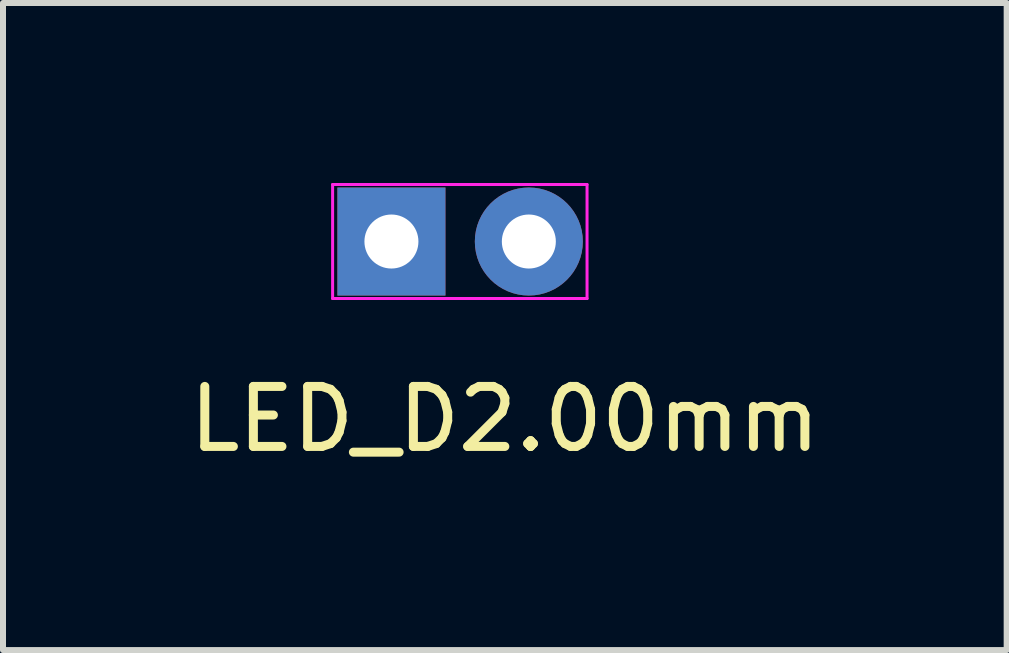
<source format=kicad_pcb>
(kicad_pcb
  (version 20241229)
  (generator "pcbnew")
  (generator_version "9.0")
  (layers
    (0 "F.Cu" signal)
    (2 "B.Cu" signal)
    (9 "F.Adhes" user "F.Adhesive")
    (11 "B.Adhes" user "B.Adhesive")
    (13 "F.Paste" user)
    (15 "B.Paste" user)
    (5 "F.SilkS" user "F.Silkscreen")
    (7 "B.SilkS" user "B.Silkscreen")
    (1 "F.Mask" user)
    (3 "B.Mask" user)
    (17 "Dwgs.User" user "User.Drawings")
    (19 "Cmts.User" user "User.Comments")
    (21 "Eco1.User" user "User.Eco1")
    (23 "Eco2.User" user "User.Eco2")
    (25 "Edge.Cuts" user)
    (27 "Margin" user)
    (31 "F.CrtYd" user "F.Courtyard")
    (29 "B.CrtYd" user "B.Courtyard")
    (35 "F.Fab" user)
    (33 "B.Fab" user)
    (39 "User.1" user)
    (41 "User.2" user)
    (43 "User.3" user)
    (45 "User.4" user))
  (footprint "LED_D2.00mm"
    (layer "F.Cu")
    (at 5.363 3.435)
    (property "Reference" "LED_D2.00mm" (at 0 0.5 0) (layer "F.SilkS") (effects (font (size 1 1) (thickness 0.15))))
    (attr through_hole)
    (fp_line (start -2.87 -3.41) (end -2.87 -1.51) (stroke (width 0.05) (type solid)) (layer "F.CrtYd"))
    (fp_line (start -2.87 -1.51) (end 1.37 -1.51) (stroke (width 0.05) (type solid)) (layer "F.CrtYd"))
    (fp_line (start 1.37 -3.41) (end -2.87 -3.41) (stroke (width 0.05) (type solid)) (layer "F.CrtYd"))
    (fp_line (start 1.37 -1.51) (end 1.37 -3.41) (stroke (width 0.05) (type solid)) (layer "F.CrtYd"))
    (pad "1" thru_hole rect (at -1.89 -2.46) (size 1.8 1.8) (drill 0.9) (layers "*.Cu" "*.Mask"))
    (pad "2" thru_hole circle (at 0.4 -2.46) (size 1.8 1.8) (drill 0.9) (layers "*.Cu" "*.Mask")))
  (gr_rect
    (start -3 -3)
    (end 13.726 7.783)
    (stroke (width 0.1) (type default))
    (fill no)
    (layer "Edge.Cuts")))
</source>
